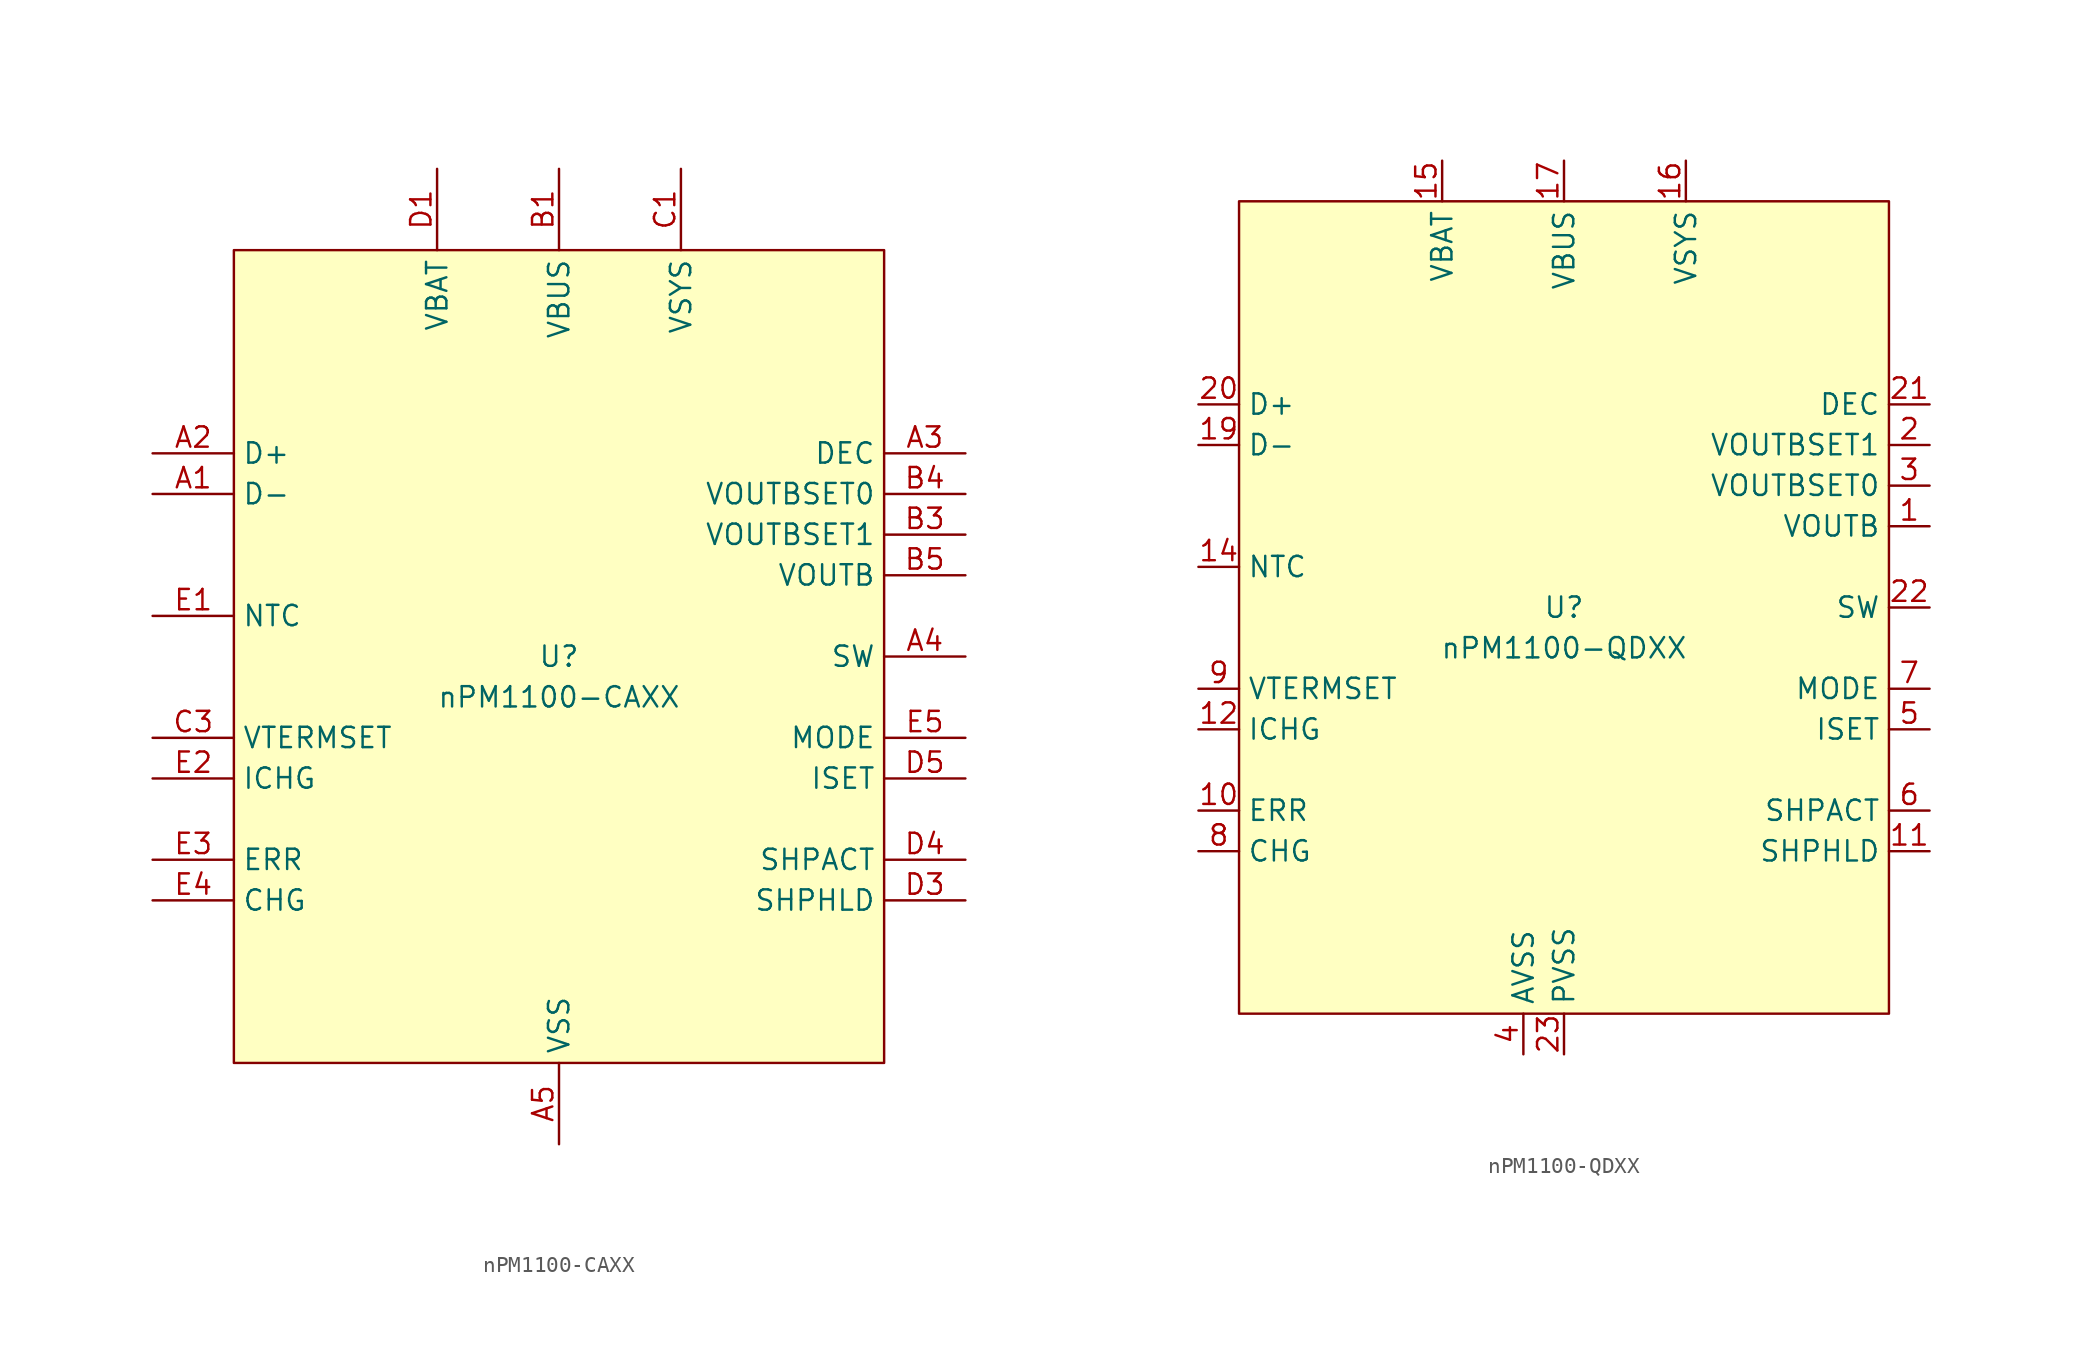
<source format=kicad_sym>
(kicad_symbol_lib
  (version 20231120)
  (generator "kicad_symbol_editor")
  (generator_version "8.0")
  (symbol "nPM1100-CAXX"
    (property "Reference" "U"
      (at 0 0 0)
      (do_not_autoplace)
      (effects (font (size 1.27 1.27))))
    (property "Value" "nPM1100-CAXX"
      (at 0 -2.54 0)
      (do_not_autoplace)
      (effects (font (size 1.27 1.27))))
    (symbol "nPM1100-CAXX_0_0"
      (pin bidirectional line (at -25.4 10.16 0) (length 5.08) (name "D-" (effects (font (size 1.27 1.27)))) (number "A1" (effects (font (size 1.27 1.27)))))
      (pin bidirectional line (at -25.4 12.7 0) (length 5.08) (name "D+" (effects (font (size 1.27 1.27)))) (number "A2" (effects (font (size 1.27 1.27)))))
      (pin passive line (at 25.4 12.7 180) (length 5.08) (name "DEC" (effects (font (size 1.27 1.27)))) (number "A3" (effects (font (size 1.27 1.27)))))
      (pin passive line (at 25.4 0 180) (length 5.08) (name "SW" (effects (font (size 1.27 1.27)))) (number "A4" (effects (font (size 1.27 1.27)))))
      (pin power_in line (at 0 30.48 270) (length 5.08) (name "VBUS" (effects (font (size 1.27 1.27)))) (number "B1" (effects (font (size 1.27 1.27)))))
      (pin passive line (at 25.4 7.62 180) (length 5.08) (name "VOUTBSET1" (effects (font (size 1.27 1.27)))) (number "B3" (effects (font (size 1.27 1.27)))))
      (pin power_out line (at 25.4 5.08 180) (length 5.08) (name "VOUTB" (effects (font (size 1.27 1.27)))) (number "B5" (effects (font (size 1.27 1.27)))))
      (pin power_out line (at 7.62 30.48 270) (length 5.08) (name "VSYS" (effects (font (size 1.27 1.27)))) (number "C1" (effects (font (size 1.27 1.27)))))
      (pin passive line (at -25.4 -5.08 0) (length 5.08) (name "VTERMSET" (effects (font (size 1.27 1.27)))) (number "C3" (effects (font (size 1.27 1.27)))))
      (pin power_in line (at -7.62 30.48 270) (length 5.08) (name "VBAT" (effects (font (size 1.27 1.27)))) (number "D1" (effects (font (size 1.27 1.27)))))
      (pin input line (at 25.4 -15.24 180) (length 5.08) (name "SHPHLD" (effects (font (size 1.27 1.27)))) (number "D3" (effects (font (size 1.27 1.27)))))
      (pin input line (at 25.4 -12.7 180) (length 5.08) (name "SHPACT" (effects (font (size 1.27 1.27)))) (number "D4" (effects (font (size 1.27 1.27)))))
      (pin passive line (at 25.4 -7.62 180) (length 5.08) (name "ISET" (effects (font (size 1.27 1.27)))) (number "D5" (effects (font (size 1.27 1.27)))))
      (pin passive line (at -25.4 2.54 0) (length 5.08) (name "NTC" (effects (font (size 1.27 1.27)))) (number "E1" (effects (font (size 1.27 1.27)))))
      (pin passive line (at -25.4 -7.62 0) (length 5.08) (name "ICHG" (effects (font (size 1.27 1.27)))) (number "E2" (effects (font (size 1.27 1.27)))))
      (pin passive line (at -25.4 -12.7 0) (length 5.08) (name "ERR" (effects (font (size 1.27 1.27)))) (number "E3" (effects (font (size 1.27 1.27)))))
      (pin passive line (at -25.4 -15.24 0) (length 5.08) (name "CHG" (effects (font (size 1.27 1.27)))) (number "E4" (effects (font (size 1.27 1.27)))))
      (pin passive line (at 25.4 -5.08 180) (length 5.08) (name "MODE" (effects (font (size 1.27 1.27)))) (number "E5" (effects (font (size 1.27 1.27))))))
    (symbol "nPM1100-CAXX_1_0"
      (pin power_in line (at 0 -30.48 90) (length 5.08) (name "VSS" (effects (font (size 1.27 1.27)))) (number "A5" (effects (font (size 1.27 1.27)))))
      (pin passive line (at 0 30.48 270) (length 5.08) hide (name "VBUS" (effects (font (size 1.27 1.27)))) (number "B2" (effects (font (size 1.27 1.27)))))
      (pin passive line (at 25.4 10.16 180) (length 5.08) (name "VOUTBSET0" (effects (font (size 1.27 1.27)))) (number "B4" (effects (font (size 1.27 1.27)))))
      (pin passive line (at 7.62 30.48 270) (length 5.08) hide (name "VSYS" (effects (font (size 1.27 1.27)))) (number "C2" (effects (font (size 1.27 1.27)))))
      (pin passive line (at 0 -30.48 90) (length 5.08) hide (name "AVSS" (effects (font (size 1.27 1.27)))) (number "C4" (effects (font (size 1.27 1.27)))))
      (pin passive line (at 0 -30.48 90) (length 5.08) hide (name "AVSS" (effects (font (size 1.27 1.27)))) (number "C5" (effects (font (size 1.27 1.27)))))
      (pin passive line (at -7.62 30.48 270) (length 5.08) hide (name "VBAT" (effects (font (size 1.27 1.27)))) (number "D2" (effects (font (size 1.27 1.27))))))
    (symbol "nPM1100-CAXX_1_1"
      (rectangle (start -20.32 25.4) (end 20.32 -25.4) (stroke (width 0) (type default)) (fill (type background)))))
  (symbol "nPM1100-QDXX"
    (property "Reference" "U"
      (at 0 0 0)
      (do_not_autoplace)
      (effects (font (size 1.27 1.27))))
    (property "Value" "nPM1100-QDXX"
      (at 0 -2.54 0)
      (do_not_autoplace)
      (effects (font (size 1.27 1.27))))
    (symbol "nPM1100-QDXX_0_0"
      (pin power_out line (at 22.86 5.08 180) (length 2.54) (name "VOUTB" (effects (font (size 1.27 1.27)))) (number "1" (effects (font (size 1.27 1.27)))))
      (pin passive line (at -22.86 -12.7 0) (length 2.54) (name "ERR" (effects (font (size 1.27 1.27)))) (number "10" (effects (font (size 1.27 1.27)))))
      (pin passive line (at 22.86 -15.24 180) (length 2.54) (name "SHPHLD" (effects (font (size 1.27 1.27)))) (number "11" (effects (font (size 1.27 1.27)))))
      (pin passive line (at -22.86 -7.62 0) (length 2.54) (name "ICHG" (effects (font (size 1.27 1.27)))) (number "12" (effects (font (size 1.27 1.27)))))
      (pin passive line (at -22.86 2.54 0) (length 2.54) (name "NTC" (effects (font (size 1.27 1.27)))) (number "14" (effects (font (size 1.27 1.27)))))
      (pin power_in line (at -7.62 27.94 270) (length 2.54) (name "VBAT" (effects (font (size 1.27 1.27)))) (number "15" (effects (font (size 1.27 1.27)))))
      (pin power_out line (at 7.62 27.94 270) (length 2.54) (name "VSYS" (effects (font (size 1.27 1.27)))) (number "16" (effects (font (size 1.27 1.27)))))
      (pin power_in line (at 0 27.94 270) (length 2.54) (name "VBUS" (effects (font (size 1.27 1.27)))) (number "17" (effects (font (size 1.27 1.27)))))
      (pin bidirectional line (at -22.86 10.16 0) (length 2.54) (name "D-" (effects (font (size 1.27 1.27)))) (number "19" (effects (font (size 1.27 1.27)))))
      (pin passive line (at 22.86 10.16 180) (length 2.54) (name "VOUTBSET1" (effects (font (size 1.27 1.27)))) (number "2" (effects (font (size 1.27 1.27)))))
      (pin bidirectional line (at -22.86 12.7 0) (length 2.54) (name "D+" (effects (font (size 1.27 1.27)))) (number "20" (effects (font (size 1.27 1.27)))))
      (pin passive line (at 22.86 12.7 180) (length 2.54) (name "DEC" (effects (font (size 1.27 1.27)))) (number "21" (effects (font (size 1.27 1.27)))))
      (pin passive line (at 22.86 0 180) (length 2.54) (name "SW" (effects (font (size 1.27 1.27)))) (number "22" (effects (font (size 1.27 1.27)))))
      (pin power_in line (at 0 -27.94 90) (length 2.54) (name "PVSS" (effects (font (size 1.27 1.27)))) (number "23" (effects (font (size 1.27 1.27)))))
      (pin passive line (at 22.86 -7.62 180) (length 2.54) (name "ISET" (effects (font (size 1.27 1.27)))) (number "5" (effects (font (size 1.27 1.27)))))
      (pin passive line (at 22.86 -12.7 180) (length 2.54) (name "SHPACT" (effects (font (size 1.27 1.27)))) (number "6" (effects (font (size 1.27 1.27)))))
      (pin passive line (at 22.86 -5.08 180) (length 2.54) (name "MODE" (effects (font (size 1.27 1.27)))) (number "7" (effects (font (size 1.27 1.27)))))
      (pin passive line (at -22.86 -15.24 0) (length 2.54) (name "CHG" (effects (font (size 1.27 1.27)))) (number "8" (effects (font (size 1.27 1.27)))))
      (pin passive line (at -22.86 -5.08 0) (length 2.54) (name "VTERMSET" (effects (font (size 1.27 1.27)))) (number "9" (effects (font (size 1.27 1.27))))))
    (symbol "nPM1100-QDXX_1_0"
      (pin no_connect line (at 10.16 -25.4 90) (length 2.54) hide (name "NC" (effects (font (size 1.27 1.27)))) (number "13" (effects (font (size 1.27 1.27)))))
      (pin no_connect line (at 12.7 -25.4 90) (length 2.54) hide (name "NC" (effects (font (size 1.27 1.27)))) (number "18" (effects (font (size 1.27 1.27)))))
      (pin no_connect line (at 7.62 -25.4 90) (length 2.54) hide (name "NC" (effects (font (size 1.27 1.27)))) (number "24" (effects (font (size 1.27 1.27)))))
      (pin passive line (at -2.54 -27.94 90) (length 2.54) hide (name "AVSS" (effects (font (size 1.27 1.27)))) (number "25" (effects (font (size 1.27 1.27)))))
      (pin passive line (at 22.86 7.62 180) (length 2.54) (name "VOUTBSET0" (effects (font (size 1.27 1.27)))) (number "3" (effects (font (size 1.27 1.27)))))
      (pin power_in line (at -2.54 -27.94 90) (length 2.54) (name "AVSS" (effects (font (size 1.27 1.27)))) (number "4" (effects (font (size 1.27 1.27))))))
    (symbol "nPM1100-QDXX_1_1"
      (rectangle (start -20.32 25.4) (end 20.32 -25.4) (stroke (width 0) (type default)) (fill (type background))))))
</source>
